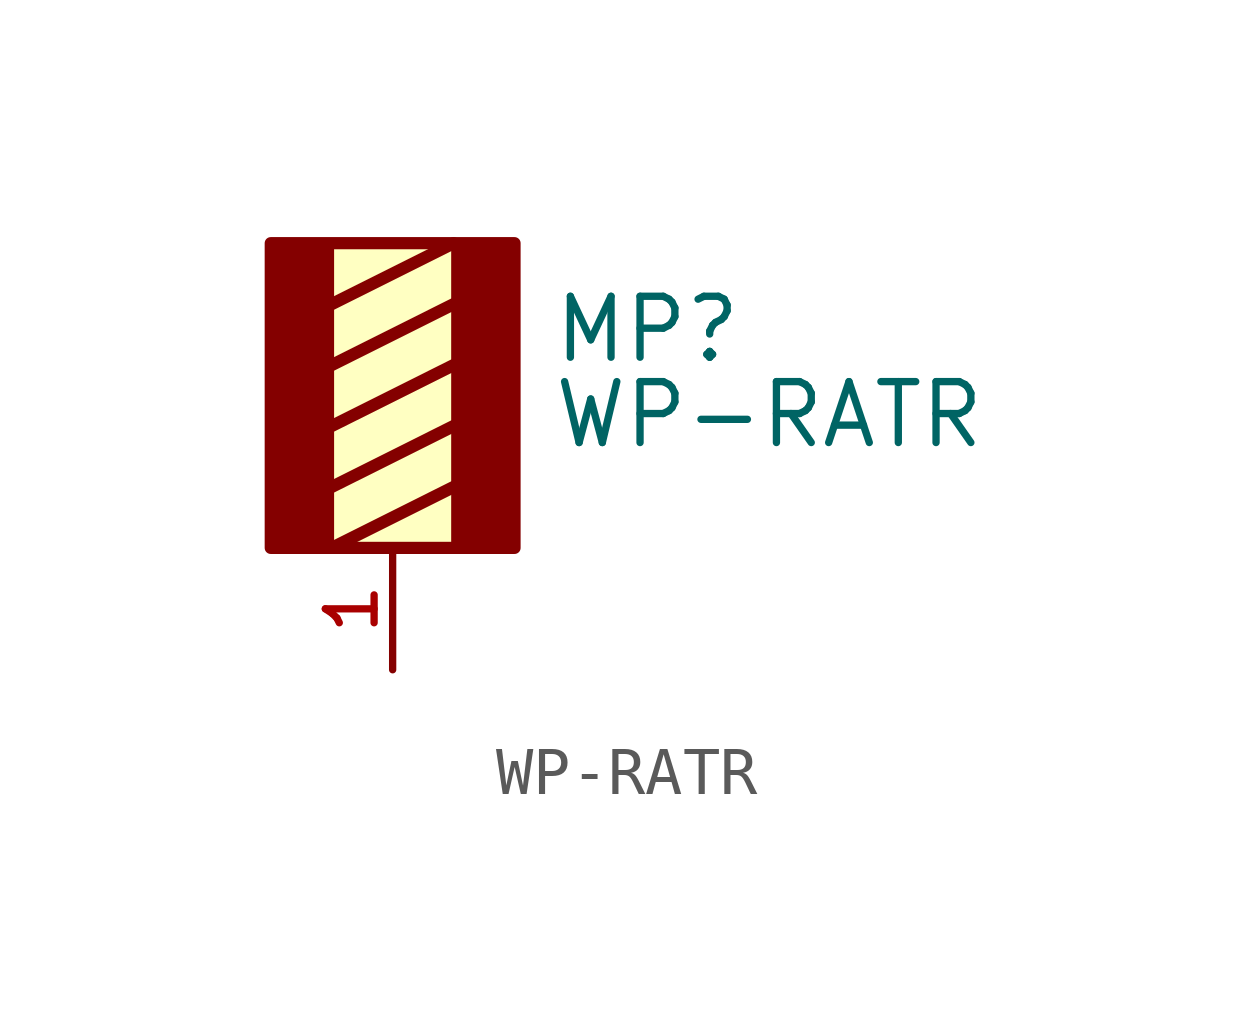
<source format=kicad_sym>
(kicad_symbol_lib
  (version 20211014)
  (generator kicad_symbol_editor)
  (symbol "WP-RATR"
    (pin_names
      (offset 1.016))
    (property "Reference" "MP"
      (at 3.302 1.27 0)
      (effects (font (size 1.27 1.27)) (justify bottom left)))
    (property "Value" "WP-RATR"
      (at 3.302 -0.508 0)
      (effects (font (size 1.27 1.27)) (justify bottom left)))
    (symbol "WP-RATR_0_0"
      (rectangle (start -2.54 -2.54) (end -1.27 3.81) (stroke (width 0.1)) (fill (type outline)))
      (rectangle (start 1.27 -2.54) (end 2.54 3.81) (stroke (width 0.1)) (fill (type outline)))
      (polyline (pts (xy 1.27 2.54) (xy -1.27 1.27)) (stroke (width 0.254)))
      (polyline (pts (xy 1.27 1.27) (xy -1.27 0.0)) (stroke (width 0.254)))
      (polyline (pts (xy 1.27 0.0) (xy -1.27 -1.27)) (stroke (width 0.254)))
      (polyline (pts (xy 1.27 -1.27) (xy -1.27 -2.54)) (stroke (width 0.254)))
      (polyline (pts (xy -1.27 2.54) (xy 1.27 3.81)) (stroke (width 0.254)))
      (rectangle (start -2.54 -2.54) (end 2.54 3.81) (stroke (width 0.254)) (fill (type background)))
      (pin passive line (at 0.0 -5.08 90.0) (length 2.54) (name "~" (effects (font (size 1.016 1.016)))) (number "1" (effects (font (size 1.016 1.016))))))))
</source>
